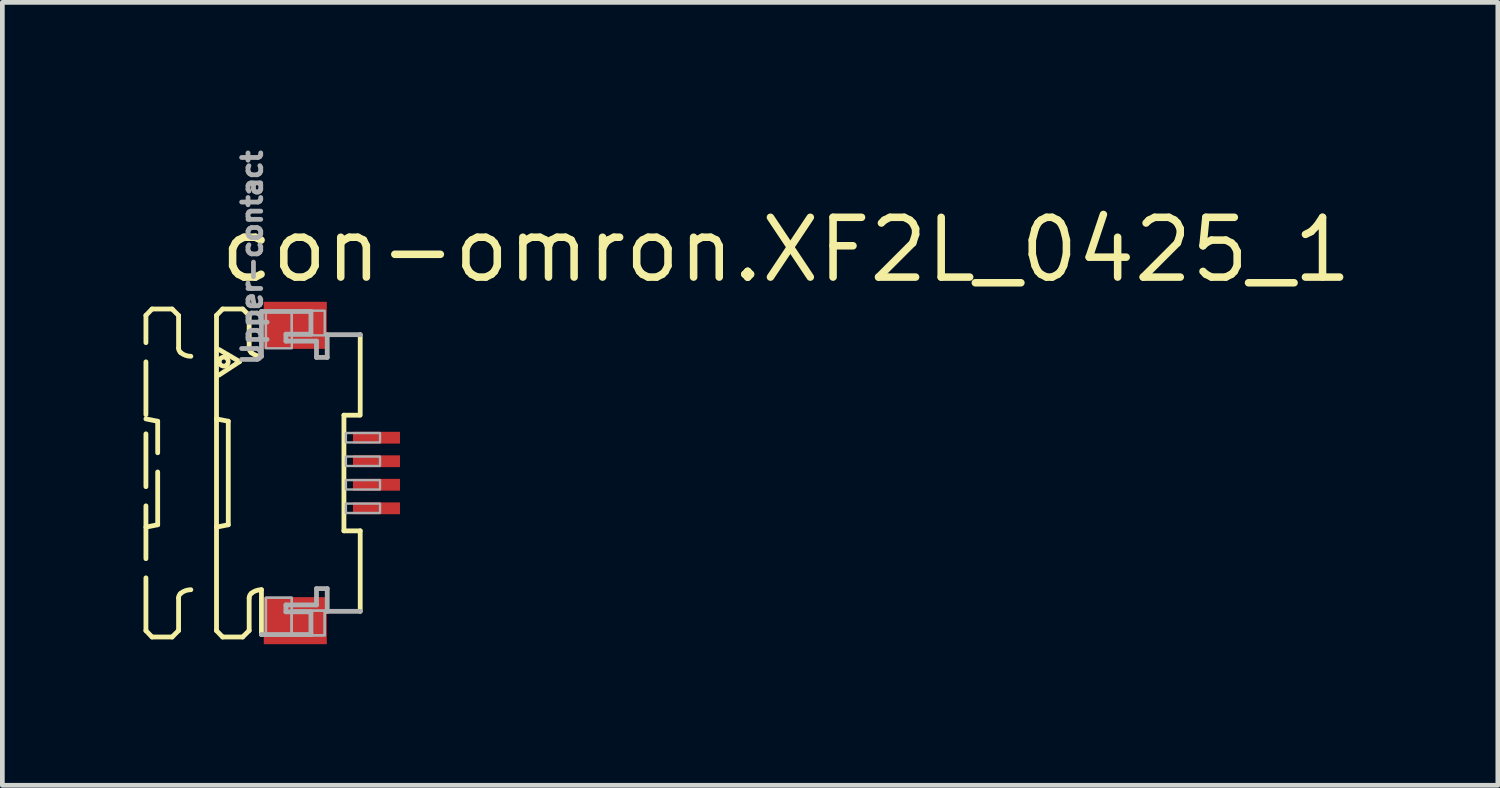
<source format=kicad_pcb>
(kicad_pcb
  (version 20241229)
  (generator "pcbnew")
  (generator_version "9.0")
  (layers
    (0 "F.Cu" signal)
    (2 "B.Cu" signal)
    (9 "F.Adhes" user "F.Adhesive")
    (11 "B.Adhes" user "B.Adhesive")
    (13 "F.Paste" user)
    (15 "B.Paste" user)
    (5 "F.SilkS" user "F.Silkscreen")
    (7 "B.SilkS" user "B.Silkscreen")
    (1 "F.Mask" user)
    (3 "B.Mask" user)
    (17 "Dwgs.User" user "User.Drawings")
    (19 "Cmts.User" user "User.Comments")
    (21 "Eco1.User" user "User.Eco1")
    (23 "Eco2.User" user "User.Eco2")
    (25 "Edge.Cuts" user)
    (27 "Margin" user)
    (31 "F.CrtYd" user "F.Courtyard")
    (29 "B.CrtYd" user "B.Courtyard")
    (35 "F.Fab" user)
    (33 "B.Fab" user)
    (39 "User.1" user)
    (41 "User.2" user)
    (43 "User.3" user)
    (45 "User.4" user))
  (footprint "con-omron.XF2L_0425_1"
    (layer "F.Cu")
    (at 3.046 7.002)
    (property "Reference" "con-omron.XF2L_0425_1" (at -1.5 -4 0) (layer "F.SilkS") (effects (font (size 1.27 1.27) (thickness 0.16)) (justify left bottom)))
    (attr smd)
    (fp_rect (start 1.355 -0.575) (end 2.455 -0.925) (stroke (width 0.05) (type default)) (fill yes) (layer "F.Mask"))
    (fp_rect (start 1.355 -0.075) (end 2.455 -0.425) (stroke (width 0.05) (type default)) (fill yes) (layer "F.Mask"))
    (fp_rect (start 1.355 0.425) (end 2.455 0.075) (stroke (width 0.05) (type default)) (fill yes) (layer "F.Mask"))
    (fp_rect (start 1.355 0.925) (end 2.455 0.575) (stroke (width 0.05) (type default)) (fill yes) (layer "F.Mask"))
    (fp_line (start -2.995 -3.35) (end -2.865 -3.485) (stroke (width 0.102) (type default)) (layer "F.SilkS"))
    (fp_line (start -2.995 -1.15) (end -2.745 -1.1) (stroke (width 0.102) (type default)) (layer "F.SilkS"))
    (fp_line (start -2.995 3.35) (end -2.995 -3.35) (stroke (width 0.102) (type dash)) (layer "F.SilkS"))
    (fp_line (start -2.995 3.35) (end -2.865 3.485) (stroke (width 0.102) (type default)) (layer "F.SilkS"))
    (fp_line (start -2.865 -3.485) (end -2.438 -3.485) (stroke (width 0.102) (type dash)) (layer "F.SilkS"))
    (fp_line (start -2.865 3.485) (end -2.438 3.485) (stroke (width 0.102) (type dash)) (layer "F.SilkS"))
    (fp_line (start -2.745 1.1) (end -2.995 1.15) (stroke (width 0.102) (type default)) (layer "F.SilkS"))
    (fp_line (start -2.745 1.1) (end -2.745 -1.1) (stroke (width 0.102) (type dash)) (layer "F.SilkS"))
    (fp_line (start -2.438 -3.485) (end -2.301 -3.348) (stroke (width 0.102) (type default)) (layer "F.SilkS"))
    (fp_line (start -2.438 3.485) (end -2.301 3.348) (stroke (width 0.102) (type default)) (layer "F.SilkS"))
    (fp_line (start -2.301 -3.348) (end -2.301 -2.656) (stroke (width 0.102) (type dash)) (layer "F.SilkS"))
    (fp_line (start -2.301 3.348) (end -2.301 2.656) (stroke (width 0.102) (type dash)) (layer "F.SilkS"))
    (fp_line (start -1.495 -3.35) (end -1.365 -3.485) (stroke (width 0.102) (type default)) (layer "F.SilkS"))
    (fp_line (start -1.495 -1.15) (end -1.495 -3.35) (stroke (width 0.102) (type default)) (layer "F.SilkS"))
    (fp_line (start -1.495 -1.15) (end -1.245 -1.1) (stroke (width 0.102) (type default)) (layer "F.SilkS"))
    (fp_line (start -1.495 1.15) (end -1.495 -1.15) (stroke (width 0.102) (type default)) (layer "F.SilkS"))
    (fp_line (start -1.495 3.35) (end -1.495 1.15) (stroke (width 0.102) (type default)) (layer "F.SilkS"))
    (fp_line (start -1.495 3.35) (end -1.365 3.485) (stroke (width 0.102) (type default)) (layer "F.SilkS"))
    (fp_line (start -1.441 -2.623) (end -1.005 -2.367) (stroke (width 0.102) (type default)) (layer "F.SilkS"))
    (fp_line (start -1.365 -3.485) (end -0.939 -3.485) (stroke (width 0.102) (type default)) (layer "F.SilkS"))
    (fp_line (start -1.365 3.485) (end -0.939 3.485) (stroke (width 0.102) (type default)) (layer "F.SilkS"))
    (fp_line (start -1.245 1.1) (end -1.495 1.15) (stroke (width 0.102) (type default)) (layer "F.SilkS"))
    (fp_line (start -1.245 1.1) (end -1.245 -1.1) (stroke (width 0.102) (type default)) (layer "F.SilkS"))
    (fp_line (start -1.005 -2.367) (end -1.441 -2.082) (stroke (width 0.102) (type default)) (layer "F.SilkS"))
    (fp_line (start -0.939 -3.485) (end -0.801 -3.348) (stroke (width 0.102) (type default)) (layer "F.SilkS"))
    (fp_line (start -0.939 3.485) (end -0.801 3.348) (stroke (width 0.102) (type default)) (layer "F.SilkS"))
    (fp_line (start -0.801 -3.348) (end -0.801 -2.656) (stroke (width 0.102) (type default)) (layer "F.SilkS"))
    (fp_line (start -0.801 3.348) (end -0.801 2.656) (stroke (width 0.102) (type default)) (layer "F.SilkS"))
    (fp_line (start -0.54 2.48) (end -0.54 3.433) (stroke (width 0.102) (type default)) (layer "F.SilkS"))
    (fp_line (start 1.213 1.229) (end 1.213 -1.229) (stroke (width 0.102) (type default)) (layer "F.SilkS"))
    (fp_line (start 1.538 -1.229) (end 1.213 -1.229) (stroke (width 0.102) (type default)) (layer "F.SilkS"))
    (fp_line (start 1.559 -2.94) (end 1.559 -1.229) (stroke (width 0.102) (type default)) (layer "F.SilkS"))
    (fp_line (start 1.559 1.229) (end 1.213 1.229) (stroke (width 0.102) (type default)) (layer "F.SilkS"))
    (fp_line (start 1.559 2.94) (end 1.559 1.229) (stroke (width 0.102) (type default)) (layer "F.SilkS"))
    (fp_arc (start -2.301 2.6557) (mid -2.288538 2.600596) (end -2.2536 2.5562) (stroke (width 0.1016) (type default)) (layer "F.SilkS"))
    (fp_arc (start -2.2536 -2.5562) (mid -2.288538 -2.600596) (end -2.301 -2.6557) (stroke (width 0.1016) (type default)) (layer "F.SilkS"))
    (fp_arc (start -2.2536 2.5562) (mid -2.153476 2.499936) (end -2.0403 2.4804) (stroke (width 0.1016) (type default)) (layer "F.SilkS"))
    (fp_arc (start -2.0403 -2.4804) (mid -2.153476 -2.499936) (end -2.2536 -2.5562) (stroke (width 0.1016) (type default)) (layer "F.SilkS"))
    (fp_arc (start -0.801 2.6557) (mid -0.788538 2.600596) (end -0.7536 2.5562) (stroke (width 0.1016) (type default)) (layer "F.SilkS"))
    (fp_arc (start -0.7536 -2.5562) (mid -0.788538 -2.600596) (end -0.801 -2.6557) (stroke (width 0.1016) (type default)) (layer "F.SilkS"))
    (fp_arc (start -0.7536 2.5562) (mid -0.653476 2.499936) (end -0.5403 2.4804) (stroke (width 0.1016) (type default)) (layer "F.SilkS"))
    (fp_arc (start -0.5403 -2.4804) (mid -0.653476 -2.499936) (end -0.7536 -2.5562) (stroke (width 0.1016) (type default)) (layer "F.SilkS"))
    (fp_circle (center -1.341 -2.367) (end -1.246 -2.367) (stroke (width 0.1) (type default)) (fill no) (layer "F.SilkS"))
    (fp_line (start -0.54 -3.433) (end 0.512 -3.433) (stroke (width 0.102) (type default)) (layer "F.Fab"))
    (fp_line (start -0.54 -2.48) (end -0.54 -3.433) (stroke (width 0.102) (type default)) (layer "F.Fab"))
    (fp_line (start -0.54 3.433) (end 0.512 3.433) (stroke (width 0.102) (type default)) (layer "F.Fab"))
    (fp_line (start -0.019 -2.95) (end -0.019 -2.803) (stroke (width 0.102) (type default)) (layer "F.Fab"))
    (fp_line (start -0.019 -2.803) (end 0.63 -2.803) (stroke (width 0.102) (type default)) (layer "F.Fab"))
    (fp_line (start -0.019 2.803) (end 0.63 2.803) (stroke (width 0.102) (type default)) (layer "F.Fab"))
    (fp_line (start -0.019 2.95) (end -0.019 2.803) (stroke (width 0.102) (type default)) (layer "F.Fab"))
    (fp_line (start 0.512 -3.433) (end 0.512 -2.95) (stroke (width 0.102) (type default)) (layer "F.Fab"))
    (fp_line (start 0.512 -2.95) (end -0.019 -2.95) (stroke (width 0.102) (type default)) (layer "F.Fab"))
    (fp_line (start 0.512 2.95) (end -0.019 2.95) (stroke (width 0.102) (type default)) (layer "F.Fab"))
    (fp_line (start 0.512 3.433) (end 0.512 2.95) (stroke (width 0.102) (type default)) (layer "F.Fab"))
    (fp_line (start 0.63 -2.803) (end 0.63 -2.457) (stroke (width 0.102) (type default)) (layer "F.Fab"))
    (fp_line (start 0.63 -2.457) (end 0.858 -2.457) (stroke (width 0.102) (type default)) (layer "F.Fab"))
    (fp_line (start 0.63 2.457) (end 0.858 2.457) (stroke (width 0.102) (type default)) (layer "F.Fab"))
    (fp_line (start 0.63 2.803) (end 0.63 2.457) (stroke (width 0.102) (type default)) (layer "F.Fab"))
    (fp_line (start 0.858 -2.94) (end 1.559 -2.94) (stroke (width 0.102) (type default)) (layer "F.Fab"))
    (fp_line (start 0.858 -2.457) (end 0.858 -2.94) (stroke (width 0.102) (type default)) (layer "F.Fab"))
    (fp_line (start 0.858 2.457) (end 0.858 2.94) (stroke (width 0.102) (type default)) (layer "F.Fab"))
    (fp_line (start 0.858 2.94) (end 1.559 2.94) (stroke (width 0.102) (type default)) (layer "F.Fab"))
    (fp_rect (start -0.445 -2.65) (end 0.105 -3.45) (stroke (width 0.05) (type default)) (fill no) (layer "F.Fab"))
    (fp_rect (start -0.445 3.45) (end 0.105 2.65) (stroke (width 0.05) (type default)) (fill no) (layer "F.Fab"))
    (fp_rect (start -0.445 3.45) (end 0.105 2.65) (stroke (width 0.05) (type default)) (fill no) (layer "F.Fab"))
    (fp_rect (start 0.105 -2.925) (end 0.805 -3.45) (stroke (width 0.05) (type default)) (fill no) (layer "F.Fab"))
    (fp_rect (start 0.105 3.45) (end 0.805 2.925) (stroke (width 0.05) (type default)) (fill no) (layer "F.Fab"))
    (fp_rect (start 0.105 3.45) (end 0.805 2.925) (stroke (width 0.05) (type default)) (fill no) (layer "F.Fab"))
    (fp_rect (start 1.255 -0.65) (end 1.98 -0.85) (stroke (width 0.05) (type default)) (fill no) (layer "F.Fab"))
    (fp_rect (start 1.255 -0.15) (end 1.98 -0.35) (stroke (width 0.05) (type default)) (fill no) (layer "F.Fab"))
    (fp_rect (start 1.255 0.35) (end 1.98 0.15) (stroke (width 0.05) (type default)) (fill no) (layer "F.Fab"))
    (fp_rect (start 1.255 0.85) (end 1.98 0.65) (stroke (width 0.05) (type default)) (fill no) (layer "F.Fab"))
    (fp_text user "Upper-contact" (at -0.5 -2.25 270) (layer "F.Fab") (effects (font (size 0.406 0.406) (thickness 0.15)) (justify left bottom)))
    (pad "1" smd roundrect (at 1.905 -0.75) (size 1 0.25) (layers "F.Cu" "F.Mask" "F.Paste") (roundrect_rratio 0.01))
    (pad "2" smd roundrect (at 1.905 -0.25) (size 1 0.25) (layers "F.Cu" "F.Mask" "F.Paste") (roundrect_rratio 0.01))
    (pad "3" smd roundrect (at 1.905 0.25) (size 1 0.25) (layers "F.Cu" "F.Mask" "F.Paste") (roundrect_rratio 0.01))
    (pad "4" smd roundrect (at 1.905 0.75) (size 1 0.25) (layers "F.Cu" "F.Mask" "F.Paste") (roundrect_rratio 0.01))
    (pad "M1" smd roundrect (at 0.18 -3.138) (size 1.34 1) (layers "F.Cu" "F.Mask" "F.Paste") (roundrect_rratio 0.01))
    (pad "M2" smd roundrect (at 0.18 3.138) (size 1.34 1) (layers "F.Cu" "F.Mask" "F.Paste") (roundrect_rratio 0.01)))
  (gr_rect
    (start -3 -3)
    (end 28.781 13.639)
    (stroke (width 0.1) (type default))
    (fill no)
    (layer "Edge.Cuts")))
</source>
